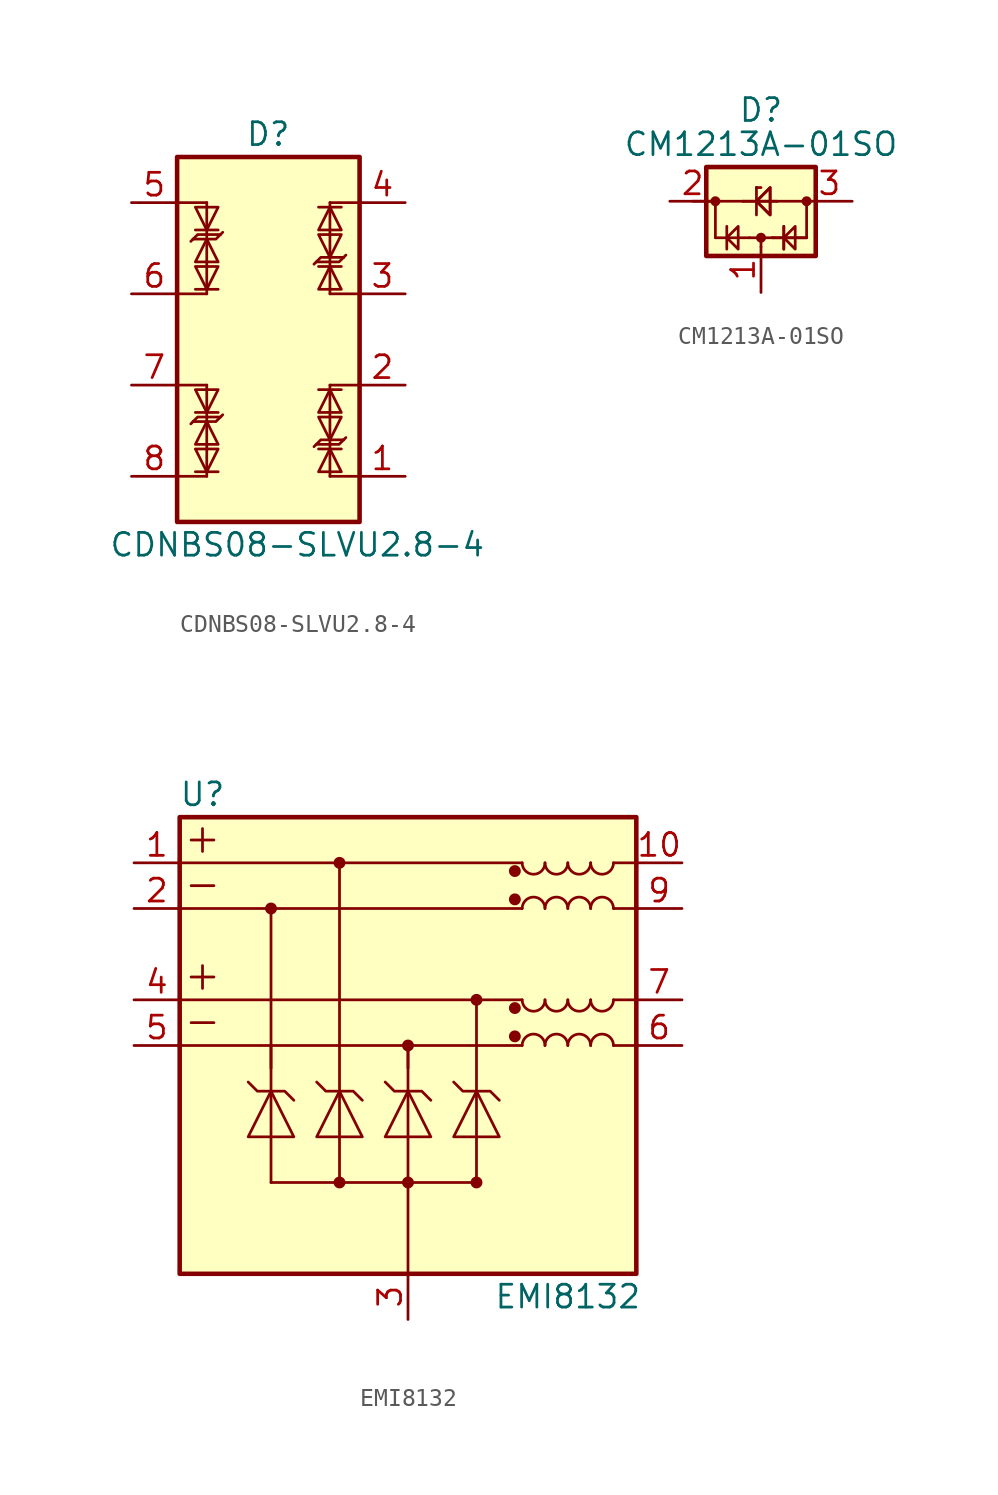
<source format=kicad_sym>
(kicad_symbol_lib
  (version 20220914)
  (generator kicad_symbol_editor)
  (symbol "CDNBS08-SLVU2.8-4"
    (pin_names hide)
    (property "Reference" "D"
      (at 1.27 11.43 0)
      (effects (font (size 1.27 1.27)) (justify right)))
    (property "Value" "CDNBS08-SLVU2.8-4"
      (at -8.89 -11.43 0)
      (effects (font (size 1.27 1.27)) (justify left)))
    (symbol "CDNBS08-SLVU2.8-4_0_1"
      (rectangle (start -5.08 10.16) (end 5.08 -10.16) (stroke (width 0.254) (type default)) (fill (type background)))
      (polyline (pts (xy -5.08 -7.62) (xy -3.429 -7.62)) (stroke (width 0) (type default)) (fill (type none)))
      (polyline (pts (xy -5.08 -2.54) (xy -3.429 -2.54)) (stroke (width 0) (type default)) (fill (type none)))
      (polyline (pts (xy -5.08 2.54) (xy -3.429 2.54)) (stroke (width 0) (type default)) (fill (type none)))
      (polyline (pts (xy -5.08 7.62) (xy -3.429 7.62)) (stroke (width 0) (type default)) (fill (type none)))
      (polyline (pts (xy -4.318 -4.699) (xy -4.191 -4.572)) (stroke (width 0) (type default)) (fill (type none)))
      (polyline (pts (xy -4.318 5.461) (xy -4.191 5.588)) (stroke (width 0) (type default)) (fill (type none)))
      (polyline (pts (xy -4.064 -7.366) (xy -2.794 -7.366)) (stroke (width 0) (type default)) (fill (type none)))
      (polyline (pts (xy -4.064 -4.064) (xy -2.794 -4.064)) (stroke (width 0) (type default)) (fill (type none)))
      (polyline (pts (xy -4.064 2.794) (xy -2.794 2.794)) (stroke (width 0) (type default)) (fill (type none)))
      (polyline (pts (xy -4.064 6.096) (xy -2.794 6.096)) (stroke (width 0) (type default)) (fill (type none)))
      (polyline (pts (xy -3.429 -7.62) (xy -3.429 -2.54)) (stroke (width 0) (type default)) (fill (type none)))
      (polyline (pts (xy -3.429 2.54) (xy -3.429 7.62)) (stroke (width 0) (type default)) (fill (type none)))
      (polyline (pts (xy 3.429 -2.54) (xy 3.429 -7.62)) (stroke (width 0) (type default)) (fill (type none)))
      (polyline (pts (xy 3.429 7.62) (xy 3.429 2.54)) (stroke (width 0) (type default)) (fill (type none)))
      (polyline (pts (xy 4.064 -6.096) (xy 2.794 -6.096)) (stroke (width 0) (type default)) (fill (type none)))
      (polyline (pts (xy 4.064 -2.794) (xy 2.794 -2.794)) (stroke (width 0) (type default)) (fill (type none)))
      (polyline (pts (xy 4.064 4.064) (xy 2.794 4.064)) (stroke (width 0) (type default)) (fill (type none)))
      (polyline (pts (xy 4.064 7.366) (xy 2.794 7.366)) (stroke (width 0) (type default)) (fill (type none)))
      (polyline (pts (xy 4.318 -5.461) (xy 4.191 -5.588)) (stroke (width 0) (type default)) (fill (type none)))
      (polyline (pts (xy 4.318 4.699) (xy 4.191 4.572)) (stroke (width 0) (type default)) (fill (type none)))
      (polyline (pts (xy 5.08 -7.62) (xy 3.429 -7.62)) (stroke (width 0) (type default)) (fill (type none)))
      (polyline (pts (xy 5.08 -2.54) (xy 3.429 -2.54)) (stroke (width 0) (type default)) (fill (type none)))
      (polyline (pts (xy 5.08 2.54) (xy 3.429 2.54)) (stroke (width 0) (type default)) (fill (type none)))
      (polyline (pts (xy 5.08 7.62) (xy 3.429 7.62)) (stroke (width 0) (type default)) (fill (type none)))
      (polyline (pts (xy -4.191 -4.572) (xy -3.937 -4.318) (xy -2.667 -4.318)) (stroke (width 0) (type default)) (fill (type none)))
      (polyline (pts (xy -4.191 -4.572) (xy -2.921 -4.572) (xy -2.54 -4.191)) (stroke (width 0) (type default)) (fill (type none)))
      (polyline (pts (xy -4.191 5.588) (xy -3.937 5.842) (xy -2.667 5.842)) (stroke (width 0) (type default)) (fill (type none)))
      (polyline (pts (xy -4.191 5.588) (xy -2.921 5.588) (xy -2.54 5.969)) (stroke (width 0) (type default)) (fill (type none)))
      (polyline (pts (xy 4.191 -5.588) (xy 2.921 -5.588) (xy 2.54 -5.969)) (stroke (width 0) (type default)) (fill (type none)))
      (polyline (pts (xy 4.191 -5.588) (xy 3.937 -5.842) (xy 2.667 -5.842)) (stroke (width 0) (type default)) (fill (type none)))
      (polyline (pts (xy 4.191 4.572) (xy 2.921 4.572) (xy 2.54 4.191)) (stroke (width 0) (type default)) (fill (type none)))
      (polyline (pts (xy 4.191 4.572) (xy 3.937 4.318) (xy 2.667 4.318)) (stroke (width 0) (type default)) (fill (type none)))
      (polyline (pts (xy -3.429 -7.366) (xy -4.064 -6.096) (xy -2.794 -6.096) (xy -3.429 -7.366)) (stroke (width 0) (type default)) (fill (type none)))
      (polyline (pts (xy -3.429 -4.572) (xy -2.794 -5.842) (xy -4.064 -5.842) (xy -3.429 -4.572)) (stroke (width 0) (type default)) (fill (type none)))
      (polyline (pts (xy -3.429 -4.064) (xy -4.064 -2.794) (xy -2.794 -2.794) (xy -3.429 -4.064)) (stroke (width 0) (type default)) (fill (type none)))
      (polyline (pts (xy -3.429 2.794) (xy -4.064 4.064) (xy -2.794 4.064) (xy -3.429 2.794)) (stroke (width 0) (type default)) (fill (type none)))
      (polyline (pts (xy -3.429 5.588) (xy -2.794 4.318) (xy -4.064 4.318) (xy -3.429 5.588)) (stroke (width 0) (type default)) (fill (type none)))
      (polyline (pts (xy -3.429 6.096) (xy -4.064 7.366) (xy -2.794 7.366) (xy -3.429 6.096)) (stroke (width 0) (type default)) (fill (type none)))
      (polyline (pts (xy 3.429 -6.096) (xy 4.064 -7.366) (xy 2.794 -7.366) (xy 3.429 -6.096)) (stroke (width 0) (type default)) (fill (type none)))
      (polyline (pts (xy 3.429 -5.588) (xy 2.794 -4.318) (xy 4.064 -4.318) (xy 3.429 -5.588)) (stroke (width 0) (type default)) (fill (type none)))
      (polyline (pts (xy 3.429 -2.794) (xy 4.064 -4.064) (xy 2.794 -4.064) (xy 3.429 -2.794)) (stroke (width 0) (type default)) (fill (type none)))
      (polyline (pts (xy 3.429 4.064) (xy 4.064 2.794) (xy 2.794 2.794) (xy 3.429 4.064)) (stroke (width 0) (type default)) (fill (type none)))
      (polyline (pts (xy 3.429 4.572) (xy 2.794 5.842) (xy 4.064 5.842) (xy 3.429 4.572)) (stroke (width 0) (type default)) (fill (type none)))
      (polyline (pts (xy 3.429 7.366) (xy 4.064 6.096) (xy 2.794 6.096) (xy 3.429 7.366)) (stroke (width 0) (type default)) (fill (type none))))
    (symbol "CDNBS08-SLVU2.8-4_1_1"
      (pin passive line (at 7.62 -7.62 180) (length 2.54) (name "TVS1" (effects (font (size 1.27 1.27)))) (number "1" (effects (font (size 1.27 1.27)))))
      (pin passive line (at 7.62 -2.54 180) (length 2.54) (name "TVS2" (effects (font (size 1.27 1.27)))) (number "2" (effects (font (size 1.27 1.27)))))
      (pin passive line (at 7.62 2.54 180) (length 2.54) (name "TVS1" (effects (font (size 1.27 1.27)))) (number "3" (effects (font (size 1.27 1.27)))))
      (pin passive line (at 7.62 7.62 180) (length 2.54) (name "TVS2" (effects (font (size 1.27 1.27)))) (number "4" (effects (font (size 1.27 1.27)))))
      (pin passive line (at -7.62 7.62 0) (length 2.54) (name "TVS1" (effects (font (size 1.27 1.27)))) (number "5" (effects (font (size 1.27 1.27)))))
      (pin passive line (at -7.62 2.54 0) (length 2.54) (name "TVS2" (effects (font (size 1.27 1.27)))) (number "6" (effects (font (size 1.27 1.27)))))
      (pin passive line (at -7.62 -2.54 0) (length 2.54) (name "TVS1" (effects (font (size 1.27 1.27)))) (number "7" (effects (font (size 1.27 1.27)))))
      (pin passive line (at -7.62 -7.62 0) (length 2.54) (name "TVS2" (effects (font (size 1.27 1.27)))) (number "8" (effects (font (size 1.27 1.27)))))))
  (symbol "CM1213A-01SO"
    (pin_names hide)
    (property "Reference" "D"
      (at 0 5.08 0)
      (effects (font (size 1.27 1.27))))
    (property "Value" "CM1213A-01SO"
      (at 0 3.175 0)
      (effects (font (size 1.27 1.27))))
    (symbol "CM1213A-01SO_0_1"
      (rectangle (start -3.048 -3.048) (end 3.048 1.905) (stroke (width 0.254) (type default)) (fill (type background)))
      (circle (center -2.54 0) (radius 0.203) (stroke (width 0) (type default)) (fill (type outline)))
      (circle (center 0 -2.032) (radius 0.203) (stroke (width 0) (type default)) (fill (type outline)))
      (polyline (pts (xy -2.54 -2.032) (xy -2.54 0)) (stroke (width 0) (type default)) (fill (type none)))
      (polyline (pts (xy -1.905 -2.667) (xy -1.905 -1.397)) (stroke (width 0) (type default)) (fill (type none)))
      (polyline (pts (xy -1.016 0) (xy -3.81 0)) (stroke (width 0) (type default)) (fill (type none)))
      (polyline (pts (xy -0.635 -2.032) (xy -2.54 -2.032)) (stroke (width 0) (type default)) (fill (type none)))
      (polyline (pts (xy -0.635 -2.032) (xy 0.635 -2.032)) (stroke (width 0) (type default)) (fill (type none)))
      (polyline (pts (xy -0.254 -0.762) (xy -0.254 0.762)) (stroke (width 0) (type default)) (fill (type none)))
      (polyline (pts (xy -0.254 0.762) (xy -0.254 0.762)) (stroke (width 0) (type default)) (fill (type none)))
      (polyline (pts (xy 0 -2.54) (xy 0 -2.032)) (stroke (width 0) (type default)) (fill (type none)))
      (polyline (pts (xy 0 0.762) (xy -0.254 0.762)) (stroke (width 0) (type default)) (fill (type none)))
      (polyline (pts (xy 0.889 0) (xy -1.016 0)) (stroke (width 0) (type default)) (fill (type none)))
      (polyline (pts (xy 0.889 0) (xy -1.016 0)) (stroke (width 0) (type default)) (fill (type none)))
      (polyline (pts (xy 0.889 0) (xy 2.54 0)) (stroke (width 0) (type default)) (fill (type none)))
      (polyline (pts (xy 1.27 -2.667) (xy 1.27 -1.397)) (stroke (width 0) (type default)) (fill (type none)))
      (polyline (pts (xy 1.27 -2.667) (xy 1.27 -1.397)) (stroke (width 0) (type default)) (fill (type none)))
      (polyline (pts (xy 2.54 -2.032) (xy 0.635 -2.032)) (stroke (width 0) (type default)) (fill (type none)))
      (polyline (pts (xy 2.54 -2.032) (xy 0.635 -2.032)) (stroke (width 0) (type default)) (fill (type none)))
      (polyline (pts (xy 2.54 -2.032) (xy 2.54 0)) (stroke (width 0) (type default)) (fill (type none)))
      (polyline (pts (xy -1.27 -2.667) (xy -1.27 -1.397) (xy -1.905 -2.032) (xy -1.27 -2.667)) (stroke (width 0) (type default)) (fill (type none)))
      (polyline (pts (xy 0.508 -0.762) (xy 0.508 0.762) (xy -0.254 0) (xy 0.508 -0.762)) (stroke (width 0) (type default)) (fill (type none)))
      (polyline (pts (xy 0.508 -0.762) (xy 0.508 0.762) (xy -0.254 0) (xy 0.508 -0.762)) (stroke (width 0) (type default)) (fill (type none)))
      (polyline (pts (xy 1.905 -2.667) (xy 1.905 -1.397) (xy 1.27 -2.032) (xy 1.905 -2.667)) (stroke (width 0) (type default)) (fill (type none)))
      (circle (center 2.54 0) (radius 0.203) (stroke (width 0) (type default)) (fill (type outline))))
    (symbol "CM1213A-01SO_1_1"
      (pin passive line (at 0 -5.08 90) (length 2.54) (name "CH1" (effects (font (size 1.27 1.27)))) (number "1" (effects (font (size 1.27 1.27)))))
      (pin passive line (at -5.08 0 0) (length 2.54) (name "VP" (effects (font (size 1.27 1.27)))) (number "2" (effects (font (size 1.27 1.27)))))
      (pin passive line (at 5.08 0 180) (length 2.54) (name "VN" (effects (font (size 1.27 1.27)))) (number "3" (effects (font (size 1.27 1.27)))))))
  (symbol "EMI8132"
    (pin_names
      (offset 0.025) hide)
    (property "Reference" "U"
      (at -11.43 13.97 0)
      (effects (font (size 1.27 1.27))))
    (property "Value" "EMI8132"
      (at 8.89 -13.97 0)
      (effects (font (size 1.27 1.27))))
    (symbol "EMI8132_0_1"
      (rectangle (start -12.7 12.7) (end 12.7 -12.7) (stroke (width 0.254) (type default)) (fill (type background)))
      (polyline (pts (xy -12.7 0) (xy 6.35 0)) (stroke (width 0) (type default)) (fill (type none)))
      (polyline (pts (xy -12.7 2.54) (xy 6.35 2.54)) (stroke (width 0) (type default)) (fill (type none)))
      (polyline (pts (xy -12.7 7.62) (xy 6.35 7.62)) (stroke (width 0) (type default)) (fill (type none)))
      (polyline (pts (xy -12.7 10.16) (xy 6.35 10.16)) (stroke (width 0) (type default)) (fill (type none)))
      (polyline (pts (xy -12.065 1.27) (xy -10.795 1.27)) (stroke (width 0) (type default)) (fill (type none)))
      (polyline (pts (xy -12.065 3.81) (xy -10.795 3.81)) (stroke (width 0) (type default)) (fill (type none)))
      (polyline (pts (xy -12.065 8.89) (xy -10.795 8.89)) (stroke (width 0) (type default)) (fill (type none)))
      (polyline (pts (xy -12.065 11.43) (xy -10.795 11.43)) (stroke (width 0) (type default)) (fill (type none)))
      (polyline (pts (xy -11.43 4.445) (xy -11.43 3.175)) (stroke (width 0) (type default)) (fill (type none)))
      (polyline (pts (xy -11.43 12.065) (xy -11.43 10.795)) (stroke (width 0) (type default)) (fill (type none)))
      (polyline (pts (xy -7.62 -7.62) (xy -3.81 -7.62)) (stroke (width 0) (type default)) (fill (type none)))
      (polyline (pts (xy -7.62 -1.27) (xy -7.62 7.62)) (stroke (width 0) (type default)) (fill (type none)))
      (polyline (pts (xy -3.81 -7.62) (xy 0 -7.62)) (stroke (width 0) (type default)) (fill (type none)))
      (polyline (pts (xy 0 -7.62) (xy 0 -12.7)) (stroke (width 0) (type default)) (fill (type none)))
      (polyline (pts (xy 0 -7.62) (xy 3.81 -7.62)) (stroke (width 0) (type default)) (fill (type none)))
      (polyline (pts (xy 0 -1.27) (xy 0 0)) (stroke (width 0) (type default)) (fill (type none)))
      (polyline (pts (xy 11.43 0) (xy 12.7 0)) (stroke (width 0) (type default)) (fill (type none)))
      (polyline (pts (xy 11.43 2.54) (xy 12.7 2.54)) (stroke (width 0) (type default)) (fill (type none)))
      (polyline (pts (xy 11.43 7.62) (xy 12.7 7.62)) (stroke (width 0) (type default)) (fill (type none)))
      (polyline (pts (xy 11.43 10.16) (xy 12.7 10.16)) (stroke (width 0) (type default)) (fill (type none)))
      (polyline (pts (xy -3.81 10.16) (xy -3.81 0) (xy -3.81 -2.54)) (stroke (width 0) (type default)) (fill (type none)))
      (polyline (pts (xy 3.81 2.54) (xy 3.81 0) (xy 3.81 -2.54)) (stroke (width 0) (type default)) (fill (type none)))
      (arc (start 6.35 2.54) (mid 6.985 1.9077) (end 7.62 2.54) (stroke (width 0) (type default)) (fill (type none)))
      (arc (start 6.35 10.16) (mid 6.985 9.5277) (end 7.62 10.16) (stroke (width 0) (type default)) (fill (type none)))
      (arc (start 7.62 2.54) (mid 8.255 1.9077) (end 8.89 2.54) (stroke (width 0) (type default)) (fill (type none)))
      (arc (start 7.62 10.16) (mid 8.255 9.5277) (end 8.89 10.16) (stroke (width 0) (type default)) (fill (type none)))
      (arc (start 8.89 2.54) (mid 9.525 1.9077) (end 10.16 2.54) (stroke (width 0) (type default)) (fill (type none)))
      (arc (start 8.89 10.16) (mid 9.525 9.5277) (end 10.16 10.16) (stroke (width 0) (type default)) (fill (type none)))
      (arc (start 10.16 2.54) (mid 10.795 1.9077) (end 11.43 2.54) (stroke (width 0) (type default)) (fill (type none)))
      (arc (start 10.16 10.16) (mid 10.795 9.5277) (end 11.43 10.16) (stroke (width 0) (type default)) (fill (type none))))
    (symbol "EMI8132_1_1"
      (circle (center -7.62 7.62) (radius 0.254) (stroke (width 0) (type default)) (fill (type outline)))
      (circle (center -3.81 -7.62) (radius 0.254) (stroke (width 0) (type default)) (fill (type outline)))
      (circle (center -3.81 10.16) (radius 0.254) (stroke (width 0) (type default)) (fill (type outline)))
      (circle (center 0 -7.62) (radius 0.254) (stroke (width 0) (type default)) (fill (type outline)))
      (polyline (pts (xy -7.62 -7.62) (xy -7.62 -2.54)) (stroke (width 0) (type default)) (fill (type none)))
      (polyline (pts (xy -7.62 -2.54) (xy -7.62 0)) (stroke (width 0) (type default)) (fill (type none)))
      (polyline (pts (xy -3.81 -7.62) (xy -3.81 -2.54)) (stroke (width 0) (type default)) (fill (type none)))
      (polyline (pts (xy 0 -7.62) (xy 0 -2.54)) (stroke (width 0) (type default)) (fill (type none)))
      (polyline (pts (xy 0 -2.54) (xy 0 0)) (stroke (width 0) (type default)) (fill (type none)))
      (polyline (pts (xy 3.81 -7.62) (xy 3.81 -2.54)) (stroke (width 0) (type default)) (fill (type none)))
      (polyline (pts (xy -8.89 -5.08) (xy -6.35 -5.08) (xy -7.62 -2.54) (xy -8.89 -5.08)) (stroke (width 0) (type default)) (fill (type none)))
      (polyline (pts (xy -6.35 -3.048) (xy -6.858 -2.54) (xy -8.382 -2.54) (xy -8.89 -2.032)) (stroke (width 0) (type default)) (fill (type none)))
      (polyline (pts (xy -5.08 -5.08) (xy -2.54 -5.08) (xy -3.81 -2.54) (xy -5.08 -5.08)) (stroke (width 0) (type default)) (fill (type none)))
      (polyline (pts (xy -2.54 -3.048) (xy -3.048 -2.54) (xy -4.572 -2.54) (xy -5.08 -2.032)) (stroke (width 0) (type default)) (fill (type none)))
      (polyline (pts (xy -1.27 -5.08) (xy 1.27 -5.08) (xy 0 -2.54) (xy -1.27 -5.08)) (stroke (width 0) (type default)) (fill (type none)))
      (polyline (pts (xy 1.27 -3.048) (xy 0.762 -2.54) (xy -0.762 -2.54) (xy -1.27 -2.032)) (stroke (width 0) (type default)) (fill (type none)))
      (polyline (pts (xy 2.54 -5.08) (xy 5.08 -5.08) (xy 3.81 -2.54) (xy 2.54 -5.08)) (stroke (width 0) (type default)) (fill (type none)))
      (polyline (pts (xy 5.08 -3.048) (xy 4.572 -2.54) (xy 3.048 -2.54) (xy 2.54 -2.032)) (stroke (width 0) (type default)) (fill (type none)))
      (circle (center 0 0) (radius 0.254) (stroke (width 0) (type default)) (fill (type outline)))
      (circle (center 3.81 -7.62) (radius 0.254) (stroke (width 0) (type default)) (fill (type outline)))
      (circle (center 3.81 2.54) (radius 0.254) (stroke (width 0) (type default)) (fill (type outline)))
      (circle (center 5.944 0.508) (radius 0.254) (stroke (width 0) (type default)) (fill (type outline)))
      (circle (center 5.944 2.083) (radius 0.254) (stroke (width 0) (type default)) (fill (type outline)))
      (circle (center 5.944 8.128) (radius 0.254) (stroke (width 0) (type default)) (fill (type outline)))
      (circle (center 5.944 9.703) (radius 0.254) (stroke (width 0) (type default)) (fill (type outline)))
      (arc (start 7.62 0) (mid 6.985 0.6323) (end 6.35 0) (stroke (width 0) (type default)) (fill (type none)))
      (arc (start 7.62 7.62) (mid 6.985 8.2523) (end 6.35 7.62) (stroke (width 0) (type default)) (fill (type none)))
      (arc (start 8.89 0) (mid 8.255 0.6323) (end 7.62 0) (stroke (width 0) (type default)) (fill (type none)))
      (arc (start 8.89 7.62) (mid 8.255 8.2523) (end 7.62 7.62) (stroke (width 0) (type default)) (fill (type none)))
      (arc (start 10.16 0) (mid 9.525 0.6323) (end 8.89 0) (stroke (width 0) (type default)) (fill (type none)))
      (arc (start 10.16 7.62) (mid 9.525 8.2523) (end 8.89 7.62) (stroke (width 0) (type default)) (fill (type none)))
      (arc (start 11.43 0) (mid 10.795 0.6323) (end 10.16 0) (stroke (width 0) (type default)) (fill (type none)))
      (arc (start 11.43 7.62) (mid 10.795 8.2523) (end 10.16 7.62) (stroke (width 0) (type default)) (fill (type none)))
      (pin passive line (at -15.24 10.16 0) (length 2.54) (name "In_1+" (effects (font (size 1.27 1.27)))) (number "1" (effects (font (size 1.27 1.27)))))
      (pin passive line (at 15.24 10.16 180) (length 2.54) (name "Out_1+" (effects (font (size 1.27 1.27)))) (number "10" (effects (font (size 1.27 1.27)))))
      (pin passive line (at -15.24 7.62 0) (length 2.54) (name "In_1-" (effects (font (size 1.27 1.27)))) (number "2" (effects (font (size 1.27 1.27)))))
      (pin power_in line (at 0 -15.24 90) (length 2.54) (name "GND" (effects (font (size 1.27 1.27)))) (number "3" (effects (font (size 1.27 1.27)))))
      (pin passive line (at -15.24 2.54 0) (length 2.54) (name "In_1+" (effects (font (size 1.27 1.27)))) (number "4" (effects (font (size 1.27 1.27)))))
      (pin passive line (at -15.24 0 0) (length 2.54) (name "In_1-" (effects (font (size 1.27 1.27)))) (number "5" (effects (font (size 1.27 1.27)))))
      (pin passive line (at 15.24 0 180) (length 2.54) (name "Out_1+" (effects (font (size 1.27 1.27)))) (number "6" (effects (font (size 1.27 1.27)))))
      (pin passive line (at 15.24 2.54 180) (length 2.54) (name "Out_1+" (effects (font (size 1.27 1.27)))) (number "7" (effects (font (size 1.27 1.27)))))
      (pin passive line (at 0 -15.24 90) (length 2.54) hide (name "GND" (effects (font (size 1.27 1.27)))) (number "8" (effects (font (size 1.27 1.27)))))
      (pin passive line (at 15.24 7.62 180) (length 2.54) (name "Out_1+" (effects (font (size 1.27 1.27)))) (number "9" (effects (font (size 1.27 1.27))))))))
</source>
